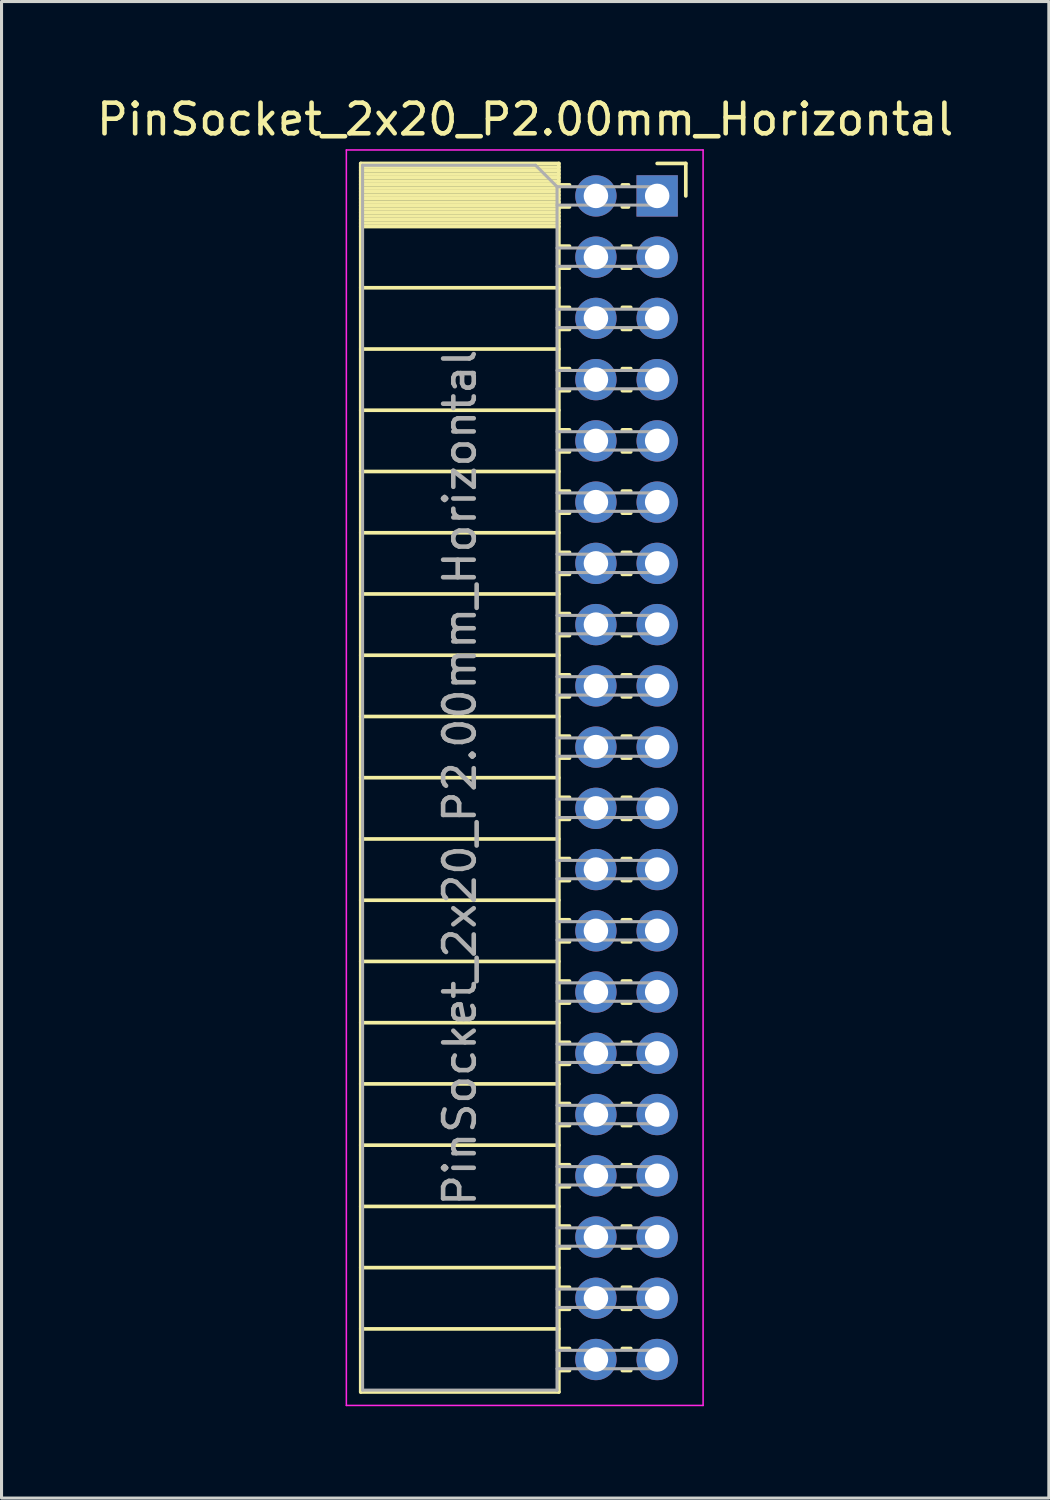
<source format=kicad_pcb>
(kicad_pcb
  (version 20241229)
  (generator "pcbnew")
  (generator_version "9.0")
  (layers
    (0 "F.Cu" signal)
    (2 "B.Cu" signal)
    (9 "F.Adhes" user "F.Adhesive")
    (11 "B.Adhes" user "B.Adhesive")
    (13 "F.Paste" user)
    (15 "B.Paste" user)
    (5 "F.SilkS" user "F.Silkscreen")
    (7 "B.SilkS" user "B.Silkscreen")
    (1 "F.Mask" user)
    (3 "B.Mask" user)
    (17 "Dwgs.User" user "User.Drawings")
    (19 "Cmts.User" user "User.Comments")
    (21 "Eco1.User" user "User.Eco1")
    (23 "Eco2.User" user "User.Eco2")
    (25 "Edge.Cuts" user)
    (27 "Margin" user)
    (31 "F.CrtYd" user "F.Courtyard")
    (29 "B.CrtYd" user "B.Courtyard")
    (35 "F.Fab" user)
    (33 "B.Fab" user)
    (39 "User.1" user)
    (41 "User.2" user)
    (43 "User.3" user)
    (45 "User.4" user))
  (footprint "PinSocket_2x20_P2.00mm_Horizontal"
    (layer "F.Cu")
    (at 18.411 3.348)
    (property "Reference" "PinSocket_2x20_P2.00mm_Horizontal" (at -4.31 -2.5 0) (layer "F.SilkS") (effects (font (size 1 1) (thickness 0.15))))
    (attr through_hole)
    (fp_line (start -9.68 -1.06) (end -9.68 39.06) (stroke (width 0.12) (type solid)) (layer "F.SilkS"))
    (fp_line (start -9.68 -1.06) (end -3.21 -1.06) (stroke (width 0.12) (type solid)) (layer "F.SilkS"))
    (fp_line (start -9.68 -0.94) (end -3.21 -0.94) (stroke (width 0.12) (type solid)) (layer "F.SilkS"))
    (fp_line (start -9.68 -0.826) (end -3.21 -0.826) (stroke (width 0.12) (type solid)) (layer "F.SilkS"))
    (fp_line (start -9.68 -0.712) (end -3.21 -0.712) (stroke (width 0.12) (type solid)) (layer "F.SilkS"))
    (fp_line (start -9.68 -0.598) (end -3.21 -0.598) (stroke (width 0.12) (type solid)) (layer "F.SilkS"))
    (fp_line (start -9.68 -0.484) (end -3.21 -0.484) (stroke (width 0.12) (type solid)) (layer "F.SilkS"))
    (fp_line (start -9.68 -0.369) (end -3.21 -0.369) (stroke (width 0.12) (type solid)) (layer "F.SilkS"))
    (fp_line (start -9.68 -0.255) (end -3.21 -0.255) (stroke (width 0.12) (type solid)) (layer "F.SilkS"))
    (fp_line (start -9.68 -0.141) (end -3.21 -0.141) (stroke (width 0.12) (type solid)) (layer "F.SilkS"))
    (fp_line (start -9.68 -0.027) (end -3.21 -0.027) (stroke (width 0.12) (type solid)) (layer "F.SilkS"))
    (fp_line (start -9.68 0.087) (end -3.21 0.087) (stroke (width 0.12) (type solid)) (layer "F.SilkS"))
    (fp_line (start -9.68 0.201) (end -3.21 0.201) (stroke (width 0.12) (type solid)) (layer "F.SilkS"))
    (fp_line (start -9.68 0.315) (end -3.21 0.315) (stroke (width 0.12) (type solid)) (layer "F.SilkS"))
    (fp_line (start -9.68 0.429) (end -3.21 0.429) (stroke (width 0.12) (type solid)) (layer "F.SilkS"))
    (fp_line (start -9.68 0.544) (end -3.21 0.544) (stroke (width 0.12) (type solid)) (layer "F.SilkS"))
    (fp_line (start -9.68 0.658) (end -3.21 0.658) (stroke (width 0.12) (type solid)) (layer "F.SilkS"))
    (fp_line (start -9.68 0.772) (end -3.21 0.772) (stroke (width 0.12) (type solid)) (layer "F.SilkS"))
    (fp_line (start -9.68 0.886) (end -3.21 0.886) (stroke (width 0.12) (type solid)) (layer "F.SilkS"))
    (fp_line (start -9.68 1) (end -3.21 1) (stroke (width 0.12) (type solid)) (layer "F.SilkS"))
    (fp_line (start -9.68 3) (end -3.21 3) (stroke (width 0.12) (type solid)) (layer "F.SilkS"))
    (fp_line (start -9.68 5) (end -3.21 5) (stroke (width 0.12) (type solid)) (layer "F.SilkS"))
    (fp_line (start -9.68 7) (end -3.21 7) (stroke (width 0.12) (type solid)) (layer "F.SilkS"))
    (fp_line (start -9.68 9) (end -3.21 9) (stroke (width 0.12) (type solid)) (layer "F.SilkS"))
    (fp_line (start -9.68 11) (end -3.21 11) (stroke (width 0.12) (type solid)) (layer "F.SilkS"))
    (fp_line (start -9.68 13) (end -3.21 13) (stroke (width 0.12) (type solid)) (layer "F.SilkS"))
    (fp_line (start -9.68 15) (end -3.21 15) (stroke (width 0.12) (type solid)) (layer "F.SilkS"))
    (fp_line (start -9.68 17) (end -3.21 17) (stroke (width 0.12) (type solid)) (layer "F.SilkS"))
    (fp_line (start -9.68 19) (end -3.21 19) (stroke (width 0.12) (type solid)) (layer "F.SilkS"))
    (fp_line (start -9.68 21) (end -3.21 21) (stroke (width 0.12) (type solid)) (layer "F.SilkS"))
    (fp_line (start -9.68 23) (end -3.21 23) (stroke (width 0.12) (type solid)) (layer "F.SilkS"))
    (fp_line (start -9.68 25) (end -3.21 25) (stroke (width 0.12) (type solid)) (layer "F.SilkS"))
    (fp_line (start -9.68 27) (end -3.21 27) (stroke (width 0.12) (type solid)) (layer "F.SilkS"))
    (fp_line (start -9.68 29) (end -3.21 29) (stroke (width 0.12) (type solid)) (layer "F.SilkS"))
    (fp_line (start -9.68 31) (end -3.21 31) (stroke (width 0.12) (type solid)) (layer "F.SilkS"))
    (fp_line (start -9.68 33) (end -3.21 33) (stroke (width 0.12) (type solid)) (layer "F.SilkS"))
    (fp_line (start -9.68 35) (end -3.21 35) (stroke (width 0.12) (type solid)) (layer "F.SilkS"))
    (fp_line (start -9.68 37) (end -3.21 37) (stroke (width 0.12) (type solid)) (layer "F.SilkS"))
    (fp_line (start -9.68 39.06) (end -3.21 39.06) (stroke (width 0.12) (type solid)) (layer "F.SilkS"))
    (fp_line (start -3.21 -1.06) (end -3.21 39.06) (stroke (width 0.12) (type solid)) (layer "F.SilkS"))
    (fp_line (start -3.21 -0.36) (end -2.863 -0.36) (stroke (width 0.12) (type solid)) (layer "F.SilkS"))
    (fp_line (start -3.21 0.36) (end -2.863 0.36) (stroke (width 0.12) (type solid)) (layer "F.SilkS"))
    (fp_line (start -3.21 1.64) (end -2.863 1.64) (stroke (width 0.12) (type solid)) (layer "F.SilkS"))
    (fp_line (start -3.21 2.36) (end -2.863 2.36) (stroke (width 0.12) (type solid)) (layer "F.SilkS"))
    (fp_line (start -3.21 3.64) (end -2.863 3.64) (stroke (width 0.12) (type solid)) (layer "F.SilkS"))
    (fp_line (start -3.21 4.36) (end -2.863 4.36) (stroke (width 0.12) (type solid)) (layer "F.SilkS"))
    (fp_line (start -3.21 5.64) (end -2.863 5.64) (stroke (width 0.12) (type solid)) (layer "F.SilkS"))
    (fp_line (start -3.21 6.36) (end -2.863 6.36) (stroke (width 0.12) (type solid)) (layer "F.SilkS"))
    (fp_line (start -3.21 7.64) (end -2.863 7.64) (stroke (width 0.12) (type solid)) (layer "F.SilkS"))
    (fp_line (start -3.21 8.36) (end -2.863 8.36) (stroke (width 0.12) (type solid)) (layer "F.SilkS"))
    (fp_line (start -3.21 9.64) (end -2.863 9.64) (stroke (width 0.12) (type solid)) (layer "F.SilkS"))
    (fp_line (start -3.21 10.36) (end -2.863 10.36) (stroke (width 0.12) (type solid)) (layer "F.SilkS"))
    (fp_line (start -3.21 11.64) (end -2.863 11.64) (stroke (width 0.12) (type solid)) (layer "F.SilkS"))
    (fp_line (start -3.21 12.36) (end -2.863 12.36) (stroke (width 0.12) (type solid)) (layer "F.SilkS"))
    (fp_line (start -3.21 13.64) (end -2.863 13.64) (stroke (width 0.12) (type solid)) (layer "F.SilkS"))
    (fp_line (start -3.21 14.36) (end -2.863 14.36) (stroke (width 0.12) (type solid)) (layer "F.SilkS"))
    (fp_line (start -3.21 15.64) (end -2.863 15.64) (stroke (width 0.12) (type solid)) (layer "F.SilkS"))
    (fp_line (start -3.21 16.36) (end -2.863 16.36) (stroke (width 0.12) (type solid)) (layer "F.SilkS"))
    (fp_line (start -3.21 17.64) (end -2.863 17.64) (stroke (width 0.12) (type solid)) (layer "F.SilkS"))
    (fp_line (start -3.21 18.36) (end -2.863 18.36) (stroke (width 0.12) (type solid)) (layer "F.SilkS"))
    (fp_line (start -3.21 19.64) (end -2.863 19.64) (stroke (width 0.12) (type solid)) (layer "F.SilkS"))
    (fp_line (start -3.21 20.36) (end -2.863 20.36) (stroke (width 0.12) (type solid)) (layer "F.SilkS"))
    (fp_line (start -3.21 21.64) (end -2.863 21.64) (stroke (width 0.12) (type solid)) (layer "F.SilkS"))
    (fp_line (start -3.21 22.36) (end -2.863 22.36) (stroke (width 0.12) (type solid)) (layer "F.SilkS"))
    (fp_line (start -3.21 23.64) (end -2.863 23.64) (stroke (width 0.12) (type solid)) (layer "F.SilkS"))
    (fp_line (start -3.21 24.36) (end -2.863 24.36) (stroke (width 0.12) (type solid)) (layer "F.SilkS"))
    (fp_line (start -3.21 25.64) (end -2.863 25.64) (stroke (width 0.12) (type solid)) (layer "F.SilkS"))
    (fp_line (start -3.21 26.36) (end -2.863 26.36) (stroke (width 0.12) (type solid)) (layer "F.SilkS"))
    (fp_line (start -3.21 27.64) (end -2.863 27.64) (stroke (width 0.12) (type solid)) (layer "F.SilkS"))
    (fp_line (start -3.21 28.36) (end -2.863 28.36) (stroke (width 0.12) (type solid)) (layer "F.SilkS"))
    (fp_line (start -3.21 29.64) (end -2.863 29.64) (stroke (width 0.12) (type solid)) (layer "F.SilkS"))
    (fp_line (start -3.21 30.36) (end -2.863 30.36) (stroke (width 0.12) (type solid)) (layer "F.SilkS"))
    (fp_line (start -3.21 31.64) (end -2.863 31.64) (stroke (width 0.12) (type solid)) (layer "F.SilkS"))
    (fp_line (start -3.21 32.36) (end -2.863 32.36) (stroke (width 0.12) (type solid)) (layer "F.SilkS"))
    (fp_line (start -3.21 33.64) (end -2.863 33.64) (stroke (width 0.12) (type solid)) (layer "F.SilkS"))
    (fp_line (start -3.21 34.36) (end -2.863 34.36) (stroke (width 0.12) (type solid)) (layer "F.SilkS"))
    (fp_line (start -3.21 35.64) (end -2.863 35.64) (stroke (width 0.12) (type solid)) (layer "F.SilkS"))
    (fp_line (start -3.21 36.36) (end -2.863 36.36) (stroke (width 0.12) (type solid)) (layer "F.SilkS"))
    (fp_line (start -3.21 37.64) (end -2.863 37.64) (stroke (width 0.12) (type solid)) (layer "F.SilkS"))
    (fp_line (start -3.21 38.36) (end -2.863 38.36) (stroke (width 0.12) (type solid)) (layer "F.SilkS"))
    (fp_line (start -1.137 -0.36) (end -0.935 -0.36) (stroke (width 0.12) (type solid)) (layer "F.SilkS"))
    (fp_line (start -1.137 0.36) (end -0.935 0.36) (stroke (width 0.12) (type solid)) (layer "F.SilkS"))
    (fp_line (start -1.137 1.64) (end -0.863 1.64) (stroke (width 0.12) (type solid)) (layer "F.SilkS"))
    (fp_line (start -1.137 2.36) (end -0.863 2.36) (stroke (width 0.12) (type solid)) (layer "F.SilkS"))
    (fp_line (start -1.137 3.64) (end -0.863 3.64) (stroke (width 0.12) (type solid)) (layer "F.SilkS"))
    (fp_line (start -1.137 4.36) (end -0.863 4.36) (stroke (width 0.12) (type solid)) (layer "F.SilkS"))
    (fp_line (start -1.137 5.64) (end -0.863 5.64) (stroke (width 0.12) (type solid)) (layer "F.SilkS"))
    (fp_line (start -1.137 6.36) (end -0.863 6.36) (stroke (width 0.12) (type solid)) (layer "F.SilkS"))
    (fp_line (start -1.137 7.64) (end -0.863 7.64) (stroke (width 0.12) (type solid)) (layer "F.SilkS"))
    (fp_line (start -1.137 8.36) (end -0.863 8.36) (stroke (width 0.12) (type solid)) (layer "F.SilkS"))
    (fp_line (start -1.137 9.64) (end -0.863 9.64) (stroke (width 0.12) (type solid)) (layer "F.SilkS"))
    (fp_line (start -1.137 10.36) (end -0.863 10.36) (stroke (width 0.12) (type solid)) (layer "F.SilkS"))
    (fp_line (start -1.137 11.64) (end -0.863 11.64) (stroke (width 0.12) (type solid)) (layer "F.SilkS"))
    (fp_line (start -1.137 12.36) (end -0.863 12.36) (stroke (width 0.12) (type solid)) (layer "F.SilkS"))
    (fp_line (start -1.137 13.64) (end -0.863 13.64) (stroke (width 0.12) (type solid)) (layer "F.SilkS"))
    (fp_line (start -1.137 14.36) (end -0.863 14.36) (stroke (width 0.12) (type solid)) (layer "F.SilkS"))
    (fp_line (start -1.137 15.64) (end -0.863 15.64) (stroke (width 0.12) (type solid)) (layer "F.SilkS"))
    (fp_line (start -1.137 16.36) (end -0.863 16.36) (stroke (width 0.12) (type solid)) (layer "F.SilkS"))
    (fp_line (start -1.137 17.64) (end -0.863 17.64) (stroke (width 0.12) (type solid)) (layer "F.SilkS"))
    (fp_line (start -1.137 18.36) (end -0.863 18.36) (stroke (width 0.12) (type solid)) (layer "F.SilkS"))
    (fp_line (start -1.137 19.64) (end -0.863 19.64) (stroke (width 0.12) (type solid)) (layer "F.SilkS"))
    (fp_line (start -1.137 20.36) (end -0.863 20.36) (stroke (width 0.12) (type solid)) (layer "F.SilkS"))
    (fp_line (start -1.137 21.64) (end -0.863 21.64) (stroke (width 0.12) (type solid)) (layer "F.SilkS"))
    (fp_line (start -1.137 22.36) (end -0.863 22.36) (stroke (width 0.12) (type solid)) (layer "F.SilkS"))
    (fp_line (start -1.137 23.64) (end -0.863 23.64) (stroke (width 0.12) (type solid)) (layer "F.SilkS"))
    (fp_line (start -1.137 24.36) (end -0.863 24.36) (stroke (width 0.12) (type solid)) (layer "F.SilkS"))
    (fp_line (start -1.137 25.64) (end -0.863 25.64) (stroke (width 0.12) (type solid)) (layer "F.SilkS"))
    (fp_line (start -1.137 26.36) (end -0.863 26.36) (stroke (width 0.12) (type solid)) (layer "F.SilkS"))
    (fp_line (start -1.137 27.64) (end -0.863 27.64) (stroke (width 0.12) (type solid)) (layer "F.SilkS"))
    (fp_line (start -1.137 28.36) (end -0.863 28.36) (stroke (width 0.12) (type solid)) (layer "F.SilkS"))
    (fp_line (start -1.137 29.64) (end -0.863 29.64) (stroke (width 0.12) (type solid)) (layer "F.SilkS"))
    (fp_line (start -1.137 30.36) (end -0.863 30.36) (stroke (width 0.12) (type solid)) (layer "F.SilkS"))
    (fp_line (start -1.137 31.64) (end -0.863 31.64) (stroke (width 0.12) (type solid)) (layer "F.SilkS"))
    (fp_line (start -1.137 32.36) (end -0.863 32.36) (stroke (width 0.12) (type solid)) (layer "F.SilkS"))
    (fp_line (start -1.137 33.64) (end -0.863 33.64) (stroke (width 0.12) (type solid)) (layer "F.SilkS"))
    (fp_line (start -1.137 34.36) (end -0.863 34.36) (stroke (width 0.12) (type solid)) (layer "F.SilkS"))
    (fp_line (start -1.137 35.64) (end -0.863 35.64) (stroke (width 0.12) (type solid)) (layer "F.SilkS"))
    (fp_line (start -1.137 36.36) (end -0.863 36.36) (stroke (width 0.12) (type solid)) (layer "F.SilkS"))
    (fp_line (start -1.137 37.64) (end -0.863 37.64) (stroke (width 0.12) (type solid)) (layer "F.SilkS"))
    (fp_line (start -1.137 38.36) (end -0.863 38.36) (stroke (width 0.12) (type solid)) (layer "F.SilkS"))
    (fp_line (start 0 -1.06) (end 0.935 -1.06) (stroke (width 0.12) (type solid)) (layer "F.SilkS"))
    (fp_line (start 0.935 -1.06) (end 0.935 0) (stroke (width 0.12) (type solid)) (layer "F.SilkS"))
    (fp_line (start -10.15 -1.5) (end -10.15 39.5) (stroke (width 0.05) (type solid)) (layer "F.CrtYd"))
    (fp_line (start -10.15 39.5) (end 1.5 39.5) (stroke (width 0.05) (type solid)) (layer "F.CrtYd"))
    (fp_line (start 1.5 -1.5) (end -10.15 -1.5) (stroke (width 0.05) (type solid)) (layer "F.CrtYd"))
    (fp_line (start 1.5 39.5) (end 1.5 -1.5) (stroke (width 0.05) (type solid)) (layer "F.CrtYd"))
    (fp_line (start -9.62 -1) (end -3.97 -1) (stroke (width 0.1) (type solid)) (layer "F.Fab"))
    (fp_line (start -9.62 39) (end -9.62 -1) (stroke (width 0.1) (type solid)) (layer "F.Fab"))
    (fp_line (start -3.97 -1) (end -3.27 -0.3) (stroke (width 0.1) (type solid)) (layer "F.Fab"))
    (fp_line (start -3.27 -0.3) (end -3.27 39) (stroke (width 0.1) (type solid)) (layer "F.Fab"))
    (fp_line (start -3.27 0.3) (end 0 0.3) (stroke (width 0.1) (type solid)) (layer "F.Fab"))
    (fp_line (start -3.27 2.3) (end 0 2.3) (stroke (width 0.1) (type solid)) (layer "F.Fab"))
    (fp_line (start -3.27 4.3) (end 0 4.3) (stroke (width 0.1) (type solid)) (layer "F.Fab"))
    (fp_line (start -3.27 6.3) (end 0 6.3) (stroke (width 0.1) (type solid)) (layer "F.Fab"))
    (fp_line (start -3.27 8.3) (end 0 8.3) (stroke (width 0.1) (type solid)) (layer "F.Fab"))
    (fp_line (start -3.27 10.3) (end 0 10.3) (stroke (width 0.1) (type solid)) (layer "F.Fab"))
    (fp_line (start -3.27 12.3) (end 0 12.3) (stroke (width 0.1) (type solid)) (layer "F.Fab"))
    (fp_line (start -3.27 14.3) (end 0 14.3) (stroke (width 0.1) (type solid)) (layer "F.Fab"))
    (fp_line (start -3.27 16.3) (end 0 16.3) (stroke (width 0.1) (type solid)) (layer "F.Fab"))
    (fp_line (start -3.27 18.3) (end 0 18.3) (stroke (width 0.1) (type solid)) (layer "F.Fab"))
    (fp_line (start -3.27 20.3) (end 0 20.3) (stroke (width 0.1) (type solid)) (layer "F.Fab"))
    (fp_line (start -3.27 22.3) (end 0 22.3) (stroke (width 0.1) (type solid)) (layer "F.Fab"))
    (fp_line (start -3.27 24.3) (end 0 24.3) (stroke (width 0.1) (type solid)) (layer "F.Fab"))
    (fp_line (start -3.27 26.3) (end 0 26.3) (stroke (width 0.1) (type solid)) (layer "F.Fab"))
    (fp_line (start -3.27 28.3) (end 0 28.3) (stroke (width 0.1) (type solid)) (layer "F.Fab"))
    (fp_line (start -3.27 30.3) (end 0 30.3) (stroke (width 0.1) (type solid)) (layer "F.Fab"))
    (fp_line (start -3.27 32.3) (end 0 32.3) (stroke (width 0.1) (type solid)) (layer "F.Fab"))
    (fp_line (start -3.27 34.3) (end 0 34.3) (stroke (width 0.1) (type solid)) (layer "F.Fab"))
    (fp_line (start -3.27 36.3) (end 0 36.3) (stroke (width 0.1) (type solid)) (layer "F.Fab"))
    (fp_line (start -3.27 38.3) (end 0 38.3) (stroke (width 0.1) (type solid)) (layer "F.Fab"))
    (fp_line (start -3.27 39) (end -9.62 39) (stroke (width 0.1) (type solid)) (layer "F.Fab"))
    (fp_line (start 0 -0.3) (end -3.27 -0.3) (stroke (width 0.1) (type solid)) (layer "F.Fab"))
    (fp_line (start 0 0.3) (end 0 -0.3) (stroke (width 0.1) (type solid)) (layer "F.Fab"))
    (fp_line (start 0 1.7) (end -3.27 1.7) (stroke (width 0.1) (type solid)) (layer "F.Fab"))
    (fp_line (start 0 2.3) (end 0 1.7) (stroke (width 0.1) (type solid)) (layer "F.Fab"))
    (fp_line (start 0 3.7) (end -3.27 3.7) (stroke (width 0.1) (type solid)) (layer "F.Fab"))
    (fp_line (start 0 4.3) (end 0 3.7) (stroke (width 0.1) (type solid)) (layer "F.Fab"))
    (fp_line (start 0 5.7) (end -3.27 5.7) (stroke (width 0.1) (type solid)) (layer "F.Fab"))
    (fp_line (start 0 6.3) (end 0 5.7) (stroke (width 0.1) (type solid)) (layer "F.Fab"))
    (fp_line (start 0 7.7) (end -3.27 7.7) (stroke (width 0.1) (type solid)) (layer "F.Fab"))
    (fp_line (start 0 8.3) (end 0 7.7) (stroke (width 0.1) (type solid)) (layer "F.Fab"))
    (fp_line (start 0 9.7) (end -3.27 9.7) (stroke (width 0.1) (type solid)) (layer "F.Fab"))
    (fp_line (start 0 10.3) (end 0 9.7) (stroke (width 0.1) (type solid)) (layer "F.Fab"))
    (fp_line (start 0 11.7) (end -3.27 11.7) (stroke (width 0.1) (type solid)) (layer "F.Fab"))
    (fp_line (start 0 12.3) (end 0 11.7) (stroke (width 0.1) (type solid)) (layer "F.Fab"))
    (fp_line (start 0 13.7) (end -3.27 13.7) (stroke (width 0.1) (type solid)) (layer "F.Fab"))
    (fp_line (start 0 14.3) (end 0 13.7) (stroke (width 0.1) (type solid)) (layer "F.Fab"))
    (fp_line (start 0 15.7) (end -3.27 15.7) (stroke (width 0.1) (type solid)) (layer "F.Fab"))
    (fp_line (start 0 16.3) (end 0 15.7) (stroke (width 0.1) (type solid)) (layer "F.Fab"))
    (fp_line (start 0 17.7) (end -3.27 17.7) (stroke (width 0.1) (type solid)) (layer "F.Fab"))
    (fp_line (start 0 18.3) (end 0 17.7) (stroke (width 0.1) (type solid)) (layer "F.Fab"))
    (fp_line (start 0 19.7) (end -3.27 19.7) (stroke (width 0.1) (type solid)) (layer "F.Fab"))
    (fp_line (start 0 20.3) (end 0 19.7) (stroke (width 0.1) (type solid)) (layer "F.Fab"))
    (fp_line (start 0 21.7) (end -3.27 21.7) (stroke (width 0.1) (type solid)) (layer "F.Fab"))
    (fp_line (start 0 22.3) (end 0 21.7) (stroke (width 0.1) (type solid)) (layer "F.Fab"))
    (fp_line (start 0 23.7) (end -3.27 23.7) (stroke (width 0.1) (type solid)) (layer "F.Fab"))
    (fp_line (start 0 24.3) (end 0 23.7) (stroke (width 0.1) (type solid)) (layer "F.Fab"))
    (fp_line (start 0 25.7) (end -3.27 25.7) (stroke (width 0.1) (type solid)) (layer "F.Fab"))
    (fp_line (start 0 26.3) (end 0 25.7) (stroke (width 0.1) (type solid)) (layer "F.Fab"))
    (fp_line (start 0 27.7) (end -3.27 27.7) (stroke (width 0.1) (type solid)) (layer "F.Fab"))
    (fp_line (start 0 28.3) (end 0 27.7) (stroke (width 0.1) (type solid)) (layer "F.Fab"))
    (fp_line (start 0 29.7) (end -3.27 29.7) (stroke (width 0.1) (type solid)) (layer "F.Fab"))
    (fp_line (start 0 30.3) (end 0 29.7) (stroke (width 0.1) (type solid)) (layer "F.Fab"))
    (fp_line (start 0 31.7) (end -3.27 31.7) (stroke (width 0.1) (type solid)) (layer "F.Fab"))
    (fp_line (start 0 32.3) (end 0 31.7) (stroke (width 0.1) (type solid)) (layer "F.Fab"))
    (fp_line (start 0 33.7) (end -3.27 33.7) (stroke (width 0.1) (type solid)) (layer "F.Fab"))
    (fp_line (start 0 34.3) (end 0 33.7) (stroke (width 0.1) (type solid)) (layer "F.Fab"))
    (fp_line (start 0 35.7) (end -3.27 35.7) (stroke (width 0.1) (type solid)) (layer "F.Fab"))
    (fp_line (start 0 36.3) (end 0 35.7) (stroke (width 0.1) (type solid)) (layer "F.Fab"))
    (fp_line (start 0 37.7) (end -3.27 37.7) (stroke (width 0.1) (type solid)) (layer "F.Fab"))
    (fp_line (start 0 38.3) (end 0 37.7) (stroke (width 0.1) (type solid)) (layer "F.Fab"))
    (fp_text user "${REFERENCE}" (at -6.445 19 90) (layer "F.Fab") (effects (font (size 1 1) (thickness 0.15))))
    (pad "1" thru_hole rect (at 0 0) (size 1.35 1.35) (drill 0.8) (layers "*.Cu" "*.Mask"))
    (pad "2" thru_hole circle (at -2 0) (size 1.35 1.35) (drill 0.8) (layers "*.Cu" "*.Mask"))
    (pad "3" thru_hole circle (at 0 2) (size 1.35 1.35) (drill 0.8) (layers "*.Cu" "*.Mask"))
    (pad "4" thru_hole circle (at -2 2) (size 1.35 1.35) (drill 0.8) (layers "*.Cu" "*.Mask"))
    (pad "5" thru_hole circle (at 0 4) (size 1.35 1.35) (drill 0.8) (layers "*.Cu" "*.Mask"))
    (pad "6" thru_hole circle (at -2 4) (size 1.35 1.35) (drill 0.8) (layers "*.Cu" "*.Mask"))
    (pad "7" thru_hole circle (at 0 6) (size 1.35 1.35) (drill 0.8) (layers "*.Cu" "*.Mask"))
    (pad "8" thru_hole circle (at -2 6) (size 1.35 1.35) (drill 0.8) (layers "*.Cu" "*.Mask"))
    (pad "9" thru_hole circle (at 0 8) (size 1.35 1.35) (drill 0.8) (layers "*.Cu" "*.Mask"))
    (pad "10" thru_hole circle (at -2 8) (size 1.35 1.35) (drill 0.8) (layers "*.Cu" "*.Mask"))
    (pad "11" thru_hole circle (at 0 10) (size 1.35 1.35) (drill 0.8) (layers "*.Cu" "*.Mask"))
    (pad "12" thru_hole circle (at -2 10) (size 1.35 1.35) (drill 0.8) (layers "*.Cu" "*.Mask"))
    (pad "13" thru_hole circle (at 0 12) (size 1.35 1.35) (drill 0.8) (layers "*.Cu" "*.Mask"))
    (pad "14" thru_hole circle (at -2 12) (size 1.35 1.35) (drill 0.8) (layers "*.Cu" "*.Mask"))
    (pad "15" thru_hole circle (at 0 14) (size 1.35 1.35) (drill 0.8) (layers "*.Cu" "*.Mask"))
    (pad "16" thru_hole circle (at -2 14) (size 1.35 1.35) (drill 0.8) (layers "*.Cu" "*.Mask"))
    (pad "17" thru_hole circle (at 0 16) (size 1.35 1.35) (drill 0.8) (layers "*.Cu" "*.Mask"))
    (pad "18" thru_hole circle (at -2 16) (size 1.35 1.35) (drill 0.8) (layers "*.Cu" "*.Mask"))
    (pad "19" thru_hole circle (at 0 18) (size 1.35 1.35) (drill 0.8) (layers "*.Cu" "*.Mask"))
    (pad "20" thru_hole circle (at -2 18) (size 1.35 1.35) (drill 0.8) (layers "*.Cu" "*.Mask"))
    (pad "21" thru_hole circle (at 0 20) (size 1.35 1.35) (drill 0.8) (layers "*.Cu" "*.Mask"))
    (pad "22" thru_hole circle (at -2 20) (size 1.35 1.35) (drill 0.8) (layers "*.Cu" "*.Mask"))
    (pad "23" thru_hole circle (at 0 22) (size 1.35 1.35) (drill 0.8) (layers "*.Cu" "*.Mask"))
    (pad "24" thru_hole circle (at -2 22) (size 1.35 1.35) (drill 0.8) (layers "*.Cu" "*.Mask"))
    (pad "25" thru_hole circle (at 0 24) (size 1.35 1.35) (drill 0.8) (layers "*.Cu" "*.Mask"))
    (pad "26" thru_hole circle (at -2 24) (size 1.35 1.35) (drill 0.8) (layers "*.Cu" "*.Mask"))
    (pad "27" thru_hole circle (at 0 26) (size 1.35 1.35) (drill 0.8) (layers "*.Cu" "*.Mask"))
    (pad "28" thru_hole circle (at -2 26) (size 1.35 1.35) (drill 0.8) (layers "*.Cu" "*.Mask"))
    (pad "29" thru_hole circle (at 0 28) (size 1.35 1.35) (drill 0.8) (layers "*.Cu" "*.Mask"))
    (pad "30" thru_hole circle (at -2 28) (size 1.35 1.35) (drill 0.8) (layers "*.Cu" "*.Mask"))
    (pad "31" thru_hole circle (at 0 30) (size 1.35 1.35) (drill 0.8) (layers "*.Cu" "*.Mask"))
    (pad "32" thru_hole circle (at -2 30) (size 1.35 1.35) (drill 0.8) (layers "*.Cu" "*.Mask"))
    (pad "33" thru_hole circle (at 0 32) (size 1.35 1.35) (drill 0.8) (layers "*.Cu" "*.Mask"))
    (pad "34" thru_hole circle (at -2 32) (size 1.35 1.35) (drill 0.8) (layers "*.Cu" "*.Mask"))
    (pad "35" thru_hole circle (at 0 34) (size 1.35 1.35) (drill 0.8) (layers "*.Cu" "*.Mask"))
    (pad "36" thru_hole circle (at -2 34) (size 1.35 1.35) (drill 0.8) (layers "*.Cu" "*.Mask"))
    (pad "37" thru_hole circle (at 0 36) (size 1.35 1.35) (drill 0.8) (layers "*.Cu" "*.Mask"))
    (pad "38" thru_hole circle (at -2 36) (size 1.35 1.35) (drill 0.8) (layers "*.Cu" "*.Mask"))
    (pad "39" thru_hole circle (at 0 38) (size 1.35 1.35) (drill 0.8) (layers "*.Cu" "*.Mask"))
    (pad "40" thru_hole circle (at -2 38) (size 1.35 1.35) (drill 0.8) (layers "*.Cu" "*.Mask")))
  (gr_rect
    (start -3 -3)
    (end 31.202 45.873)
    (stroke (width 0.1) (type default))
    (fill no)
    (layer "Edge.Cuts")))
</source>
